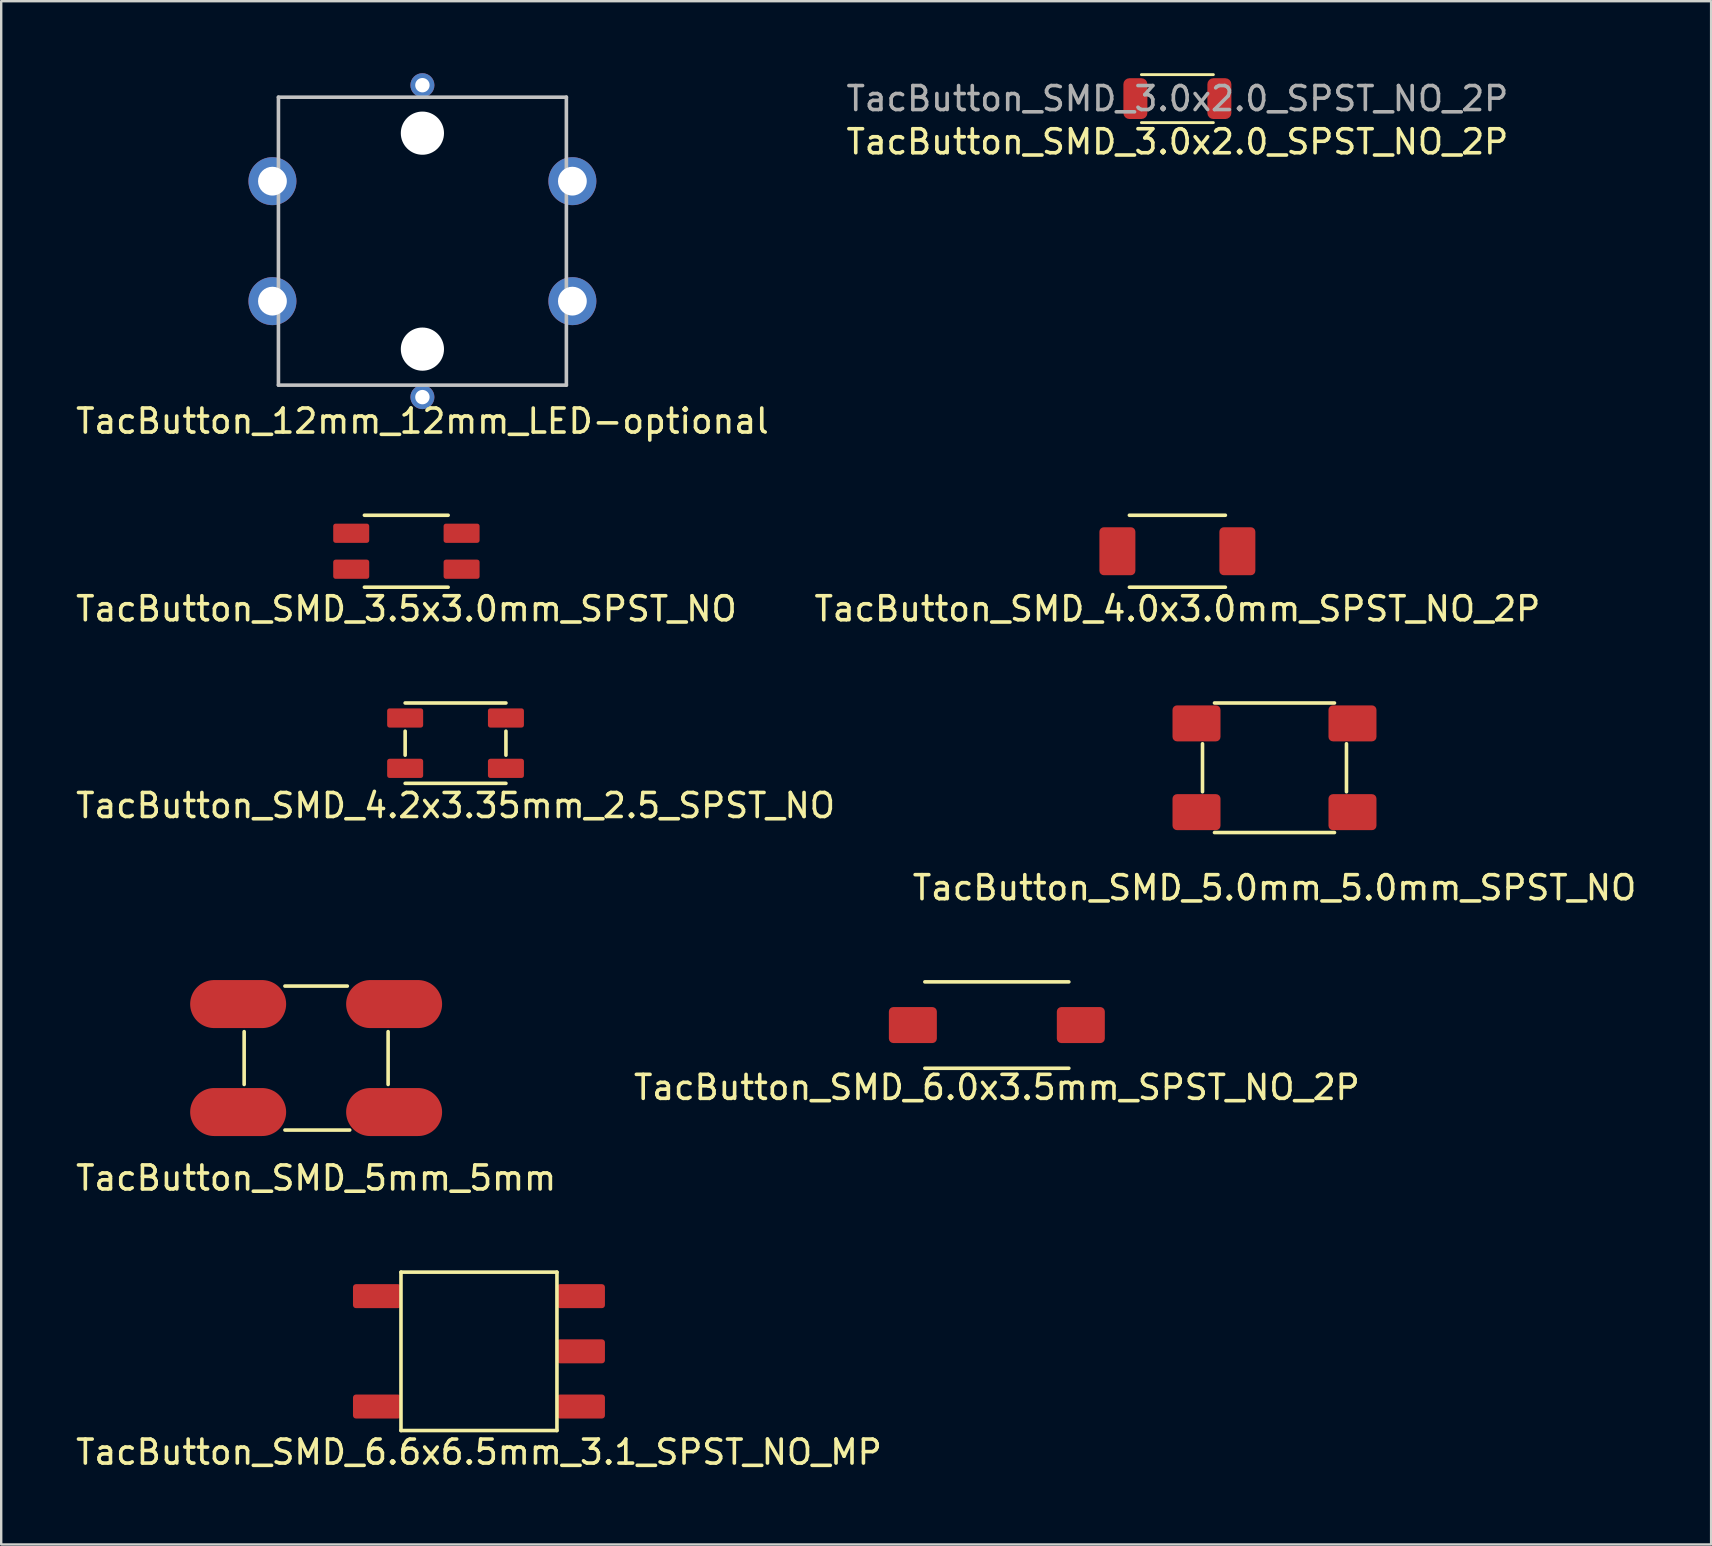
<source format=kicad_pcb>
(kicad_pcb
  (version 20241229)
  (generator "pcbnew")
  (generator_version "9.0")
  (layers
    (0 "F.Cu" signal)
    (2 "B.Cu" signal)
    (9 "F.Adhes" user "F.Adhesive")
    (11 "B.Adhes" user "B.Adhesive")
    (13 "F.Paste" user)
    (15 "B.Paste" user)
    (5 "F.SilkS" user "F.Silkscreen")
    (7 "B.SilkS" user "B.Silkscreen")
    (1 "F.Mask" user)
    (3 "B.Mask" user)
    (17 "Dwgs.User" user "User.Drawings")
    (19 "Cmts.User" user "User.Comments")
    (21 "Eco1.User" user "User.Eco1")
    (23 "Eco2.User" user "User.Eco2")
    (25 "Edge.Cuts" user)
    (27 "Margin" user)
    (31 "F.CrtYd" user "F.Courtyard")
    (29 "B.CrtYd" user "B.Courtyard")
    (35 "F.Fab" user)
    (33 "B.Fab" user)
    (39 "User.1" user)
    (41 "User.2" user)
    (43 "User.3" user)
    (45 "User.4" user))
  (footprint "TacButton_SMD_6.6x6.5mm_3.1_SPST_NO_MP"
    (layer "F.Cu")
    (at 16.911 53.268)
    (property "Reference" "TacButton_SMD_6.6x6.5mm_3.1_SPST_NO_MP" (at 0 4.2 0) (layer "F.SilkS") (effects (font (size 1 1) (thickness 0.15))))
    (attr smd)
    (fp_line (start -3.25 -3.3) (end 3.25 -3.3) (stroke (width 0.15) (type solid)) (layer "F.SilkS"))
    (fp_line (start -3.25 3.3) (end -3.25 -3.3) (stroke (width 0.15) (type solid)) (layer "F.SilkS"))
    (fp_line (start -3.25 3.3) (end 3.25 3.3) (stroke (width 0.15) (type solid)) (layer "F.SilkS"))
    (fp_line (start 3.25 -3.3) (end 3.25 3.3) (stroke (width 0.15) (type solid)) (layer "F.SilkS"))
    (pad "1" smd roundrect (at -4.25 -2.3) (size 2 1) (layers "F.Cu" "F.Mask" "F.Paste") (roundrect_rratio 0.125))
    (pad "1" smd roundrect (at 4.25 -2.3) (size 2 1) (layers "F.Cu" "F.Mask" "F.Paste") (roundrect_rratio 0.125))
    (pad "2" smd roundrect (at -4.25 2.3) (size 2 1) (layers "F.Cu" "F.Mask" "F.Paste") (roundrect_rratio 0.125))
    (pad "2" smd roundrect (at 4.25 2.3) (size 2 1) (layers "F.Cu" "F.Mask" "F.Paste") (roundrect_rratio 0.125))
    (pad "MP" smd roundrect (at 4.25 0) (size 2 1) (layers "F.Cu" "F.Mask" "F.Paste") (roundrect_rratio 0.125)))
  (footprint "TacButton_SMD_4.0x3.0mm_SPST_NO_2P"
    (layer "F.Cu")
    (at 46.018 19.923)
    (property "Reference" "TacButton_SMD_4.0x3.0mm_SPST_NO_2P" (at 0 2.4 0) (layer "F.SilkS") (effects (font (size 1 1) (thickness 0.15))))
    (attr smd)
    (fp_line (start -2 -1.5) (end 2 -1.5) (stroke (width 0.15) (type solid)) (layer "F.SilkS"))
    (fp_line (start -2 1.5) (end 2 1.5) (stroke (width 0.15) (type solid)) (layer "F.SilkS"))
    (pad "1" smd roundrect (at -2.5 0) (size 1.5 2) (layers "F.Cu" "F.Mask" "F.Paste") (roundrect_rratio 0.125))
    (pad "2" smd roundrect (at 2.5 0) (size 1.5 2) (layers "F.Cu" "F.Mask" "F.Paste") (roundrect_rratio 0.125)))
  (footprint "TacButton_SMD_5mm_5mm"
    (layer "F.Cu")
    (at 10.125 41.045)
    (property "Reference" "TacButton_SMD_5mm_5mm" (at 0 5 0) (layer "F.SilkS") (effects (font (size 1 1) (thickness 0.15))))
    (attr through_hole)
    (fp_line (start -3 1.1) (end -3 -1.1) (stroke (width 0.15) (type solid)) (layer "F.SilkS"))
    (fp_line (start -1.3 -3) (end 1.3 -3) (stroke (width 0.15) (type solid)) (layer "F.SilkS"))
    (fp_line (start 1.4 3) (end -1.3 3) (stroke (width 0.15) (type solid)) (layer "F.SilkS"))
    (fp_line (start 3 -1.1) (end 3 1.1) (stroke (width 0.15) (type solid)) (layer "F.SilkS"))
    (pad "1" smd oval (at -3.25 -2.25) (size 4 2) (layers "F.Cu" "F.Mask" "F.Paste"))
    (pad "1" smd oval (at 3.25 -2.25) (size 4 2) (layers "F.Cu" "F.Mask" "F.Paste"))
    (pad "2" smd oval (at -3.25 2.25) (size 4 2) (layers "F.Cu" "F.Mask" "F.Paste"))
    (pad "2" smd oval (at 3.25 2.25) (size 4 2) (layers "F.Cu" "F.Mask" "F.Paste")))
  (footprint "TacButton_SMD_3.5x3.0mm_SPST_NO"
    (layer "F.Cu")
    (at 13.887 19.923)
    (property "Reference" "TacButton_SMD_3.5x3.0mm_SPST_NO" (at 0 2.4 0) (layer "F.SilkS") (effects (font (size 1 1) (thickness 0.15))))
    (attr smd)
    (fp_line (start -1.75 -1.5) (end 1.74 -1.5) (stroke (width 0.15) (type solid)) (layer "F.SilkS"))
    (fp_line (start -1.75 1.5) (end 1.74 1.5) (stroke (width 0.15) (type solid)) (layer "F.SilkS"))
    (pad "1" smd roundrect (at -2.3 -0.75) (size 1.5 0.8) (layers "F.Cu" "F.Mask" "F.Paste") (roundrect_rratio 0.125))
    (pad "1" smd roundrect (at 2.3 -0.75) (size 1.5 0.8) (layers "F.Cu" "F.Mask" "F.Paste") (roundrect_rratio 0.125))
    (pad "2" smd roundrect (at -2.3 0.75) (size 1.5 0.8) (layers "F.Cu" "F.Mask" "F.Paste") (roundrect_rratio 0.125))
    (pad "2" smd roundrect (at 2.3 0.75) (size 1.5 0.8) (layers "F.Cu" "F.Mask" "F.Paste") (roundrect_rratio 0.125)))
  (footprint "TacButton_12mm_12mm_LED-optional"
    (layer "F.Cu")
    (at 14.554 7)
    (property "Reference" "TacButton_12mm_12mm_LED-optional" (at 0 7.5 0) (layer "F.SilkS") (effects (font (size 1 1) (thickness 0.15))))
    (attr through_hole)
    (fp_line (start -6 -6) (end -6 6) (stroke (width 0.15) (type solid)) (layer "Dwgs.User"))
    (fp_line (start -6 -6) (end 6 -6) (stroke (width 0.15) (type solid)) (layer "Dwgs.User"))
    (fp_line (start -6 6) (end 6 6) (stroke (width 0.15) (type solid)) (layer "Dwgs.User"))
    (fp_line (start 6 -6) (end 6 6) (stroke (width 0.15) (type solid)) (layer "Dwgs.User"))
    (pad "" np_thru_hole circle (at 0 -4.5) (size 1.8 1.8) (drill 1.8) (layers "*.Cu" "*.Mask"))
    (pad "" np_thru_hole circle (at 0 4.5) (size 1.8 1.8) (drill 1.8) (layers "*.Cu" "*.Mask"))
    (pad "1" thru_hole circle (at -6.25 -2.5) (size 2 2) (drill 1.2) (layers "*.Cu" "*.Mask"))
    (pad "1" thru_hole circle (at 6.25 -2.5) (size 2 2) (drill 1.2) (layers "*.Cu" "*.Mask"))
    (pad "2" thru_hole circle (at -6.25 2.5) (size 2 2) (drill 1.2) (layers "*.Cu" "*.Mask"))
    (pad "2" thru_hole circle (at 6.25 2.5) (size 2 2) (drill 1.2) (layers "*.Cu" "*.Mask"))
    (pad "3" thru_hole circle (at 0 -6.5) (size 1 1) (drill 0.6) (layers "*.Cu" "*.Mask"))
    (pad "4" thru_hole circle (at 0 6.5) (size 1 1) (drill 0.6) (layers "*.Cu" "*.Mask")))
  (footprint "TacButton_SMD_5.0mm_5.0mm_SPST_NO"
    (layer "F.Cu")
    (at 50.065 28.947)
    (property "Reference" "TacButton_SMD_5.0mm_5.0mm_SPST_NO" (at 0 5 0) (layer "F.SilkS") (effects (font (size 1 1) (thickness 0.15))))
    (attr smd)
    (fp_line (start -3 1) (end -3 -1) (stroke (width 0.15) (type solid)) (layer "F.SilkS"))
    (fp_line (start 2.5 -2.7) (end -2.5 -2.7) (stroke (width 0.15) (type solid)) (layer "F.SilkS"))
    (fp_line (start 2.5 2.7) (end -2.5 2.7) (stroke (width 0.15) (type solid)) (layer "F.SilkS"))
    (fp_line (start 3 -1) (end 3 1) (stroke (width 0.15) (type solid)) (layer "F.SilkS"))
    (pad "1" smd roundrect (at -3.25 -1.85) (size 2 1.5) (layers "F.Cu" "F.Mask" "F.Paste") (roundrect_rratio 0.125))
    (pad "1" smd roundrect (at 3.25 -1.85) (size 2 1.5) (layers "F.Cu" "F.Mask" "F.Paste") (roundrect_rratio 0.125))
    (pad "2" smd roundrect (at -3.25 1.85) (size 2 1.5) (layers "F.Cu" "F.Mask" "F.Paste") (roundrect_rratio 0.125))
    (pad "2" smd roundrect (at 3.25 1.85) (size 2 1.5) (layers "F.Cu" "F.Mask" "F.Paste") (roundrect_rratio 0.125)))
  (footprint "TacButton_SMD_6.0x3.5mm_SPST_NO_2P"
    (layer "F.Cu")
    (at 38.494 39.67)
    (property "Reference" "TacButton_SMD_6.0x3.5mm_SPST_NO_2P" (at 0 2.6 0) (layer "F.SilkS") (effects (font (size 1 1) (thickness 0.15))))
    (attr smd)
    (fp_line (start -3 -1.8) (end 3 -1.8) (stroke (width 0.15) (type solid)) (layer "F.SilkS"))
    (fp_line (start -3 1.8) (end 3 1.8) (stroke (width 0.15) (type solid)) (layer "F.SilkS"))
    (pad "1" smd roundrect (at -3.5 0) (size 2 1.5) (layers "F.Cu" "F.Mask" "F.Paste") (roundrect_rratio 0.125))
    (pad "2" smd roundrect (at 3.5 0) (size 2 1.5) (layers "F.Cu" "F.Mask" "F.Paste") (roundrect_rratio 0.125)))
  (footprint "TacButton_SMD_4.2x3.35mm_2.5_SPST_NO"
    (layer "F.Cu")
    (at 15.935 27.922)
    (property "Reference" "TacButton_SMD_4.2x3.35mm_2.5_SPST_NO" (at 0 2.6 0) (layer "F.SilkS") (effects (font (size 1 1) (thickness 0.15))))
    (attr smd)
    (fp_line (start -2.1 -1.675) (end 2.1 -1.675) (stroke (width 0.15) (type solid)) (layer "F.SilkS"))
    (fp_line (start -2.1 -0.5) (end -2.1 0.5) (stroke (width 0.15) (type solid)) (layer "F.SilkS"))
    (fp_line (start -2.1 1.675) (end 2.1 1.675) (stroke (width 0.15) (type solid)) (layer "F.SilkS"))
    (fp_line (start 2.1 -0.5) (end 2.1 0.5) (stroke (width 0.15) (type solid)) (layer "F.SilkS"))
    (pad "1" smd roundrect (at -2.1 -1.05) (size 1.5 0.8) (layers "F.Cu" "F.Mask" "F.Paste") (roundrect_rratio 0.125))
    (pad "1" smd roundrect (at 2.1 -1.05) (size 1.5 0.8) (layers "F.Cu" "F.Mask" "F.Paste") (roundrect_rratio 0.125))
    (pad "2" smd roundrect (at -2.1 1.05) (size 1.5 0.8) (layers "F.Cu" "F.Mask" "F.Paste") (roundrect_rratio 0.125))
    (pad "2" smd roundrect (at 2.1 1.05) (size 1.5 0.8) (layers "F.Cu" "F.Mask" "F.Paste") (roundrect_rratio 0.125)))
  (footprint "TacButton_SMD_3.0x2.0_SPST_NO_2P"
    (layer "F.Cu")
    (at 46.018 1.06)
    (property "Reference" "TacButton_SMD_3.0x2.0_SPST_NO_2P" (at 0 1.8 0) (unlocked yes) (layer "F.SilkS") (effects (font (size 1 1) (thickness 0.15))))
    (attr smd)
    (fp_line (start -1.5 -1) (end 1.5 -1) (stroke (width 0.12) (type default)) (layer "F.SilkS"))
    (fp_line (start -1.5 1) (end 1.5 1) (stroke (width 0.12) (type default)) (layer "F.SilkS"))
    (fp_text user "${REFERENCE}" (at 0 0 0) (unlocked yes) (layer "F.Fab") (effects (font (size 1 1) (thickness 0.15))))
    (pad "1" smd roundrect (at -1.75 0) (size 1 1.7) (layers "F.Cu" "F.Mask" "F.Paste") (roundrect_rratio 0.25))
    (pad "2" smd roundrect (at 1.75 0) (size 1 1.7) (layers "F.Cu" "F.Mask" "F.Paste") (roundrect_rratio 0.25)))
  (gr_rect
    (start -3 -3)
    (end 68.262 61.316)
    (stroke (width 0.1) (type default))
    (fill no)
    (layer "Edge.Cuts")))
</source>
